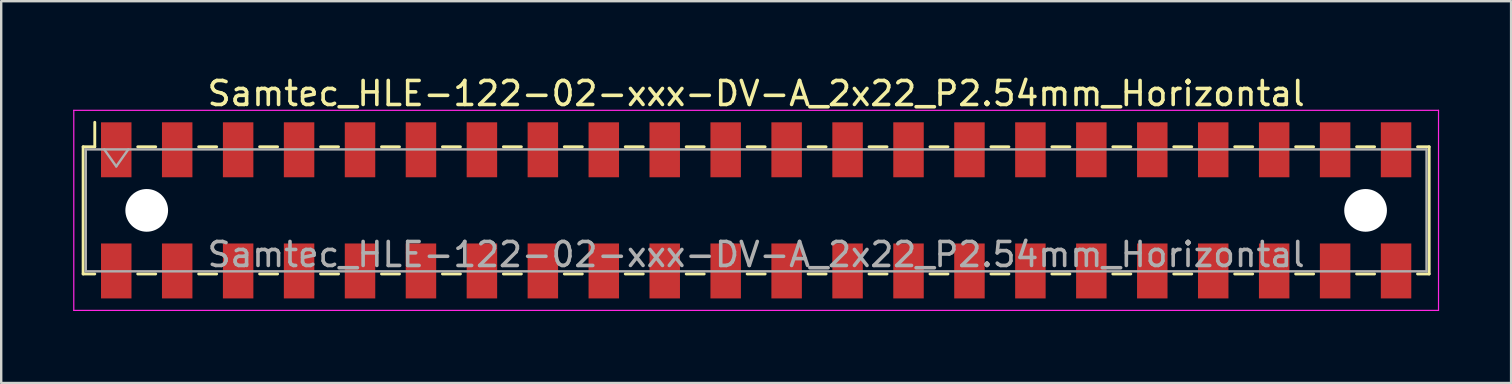
<source format=kicad_pcb>
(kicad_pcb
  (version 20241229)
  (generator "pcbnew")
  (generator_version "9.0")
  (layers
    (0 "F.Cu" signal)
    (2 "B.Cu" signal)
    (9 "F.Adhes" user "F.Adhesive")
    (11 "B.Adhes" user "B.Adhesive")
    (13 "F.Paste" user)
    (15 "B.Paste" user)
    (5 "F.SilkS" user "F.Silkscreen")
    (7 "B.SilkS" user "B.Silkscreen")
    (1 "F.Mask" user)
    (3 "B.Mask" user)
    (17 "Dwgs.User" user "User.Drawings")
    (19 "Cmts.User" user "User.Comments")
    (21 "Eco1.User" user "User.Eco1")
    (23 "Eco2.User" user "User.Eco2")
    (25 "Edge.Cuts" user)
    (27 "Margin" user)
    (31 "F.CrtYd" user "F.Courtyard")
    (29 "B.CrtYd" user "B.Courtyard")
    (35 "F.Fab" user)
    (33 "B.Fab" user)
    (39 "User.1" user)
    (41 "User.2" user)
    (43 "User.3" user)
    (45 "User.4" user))
  (footprint "Samtec_HLE-122-02-xxx-DV-A_2x22_P2.54mm_Horizontal"
    (layer "F.Cu")
    (at 28.465 5.718)
    (property "Reference" "Samtec_HLE-122-02-xxx-DV-A_2x22_P2.54mm_Horizontal" (at 0 -4.87 0) (layer "F.SilkS") (effects (font (size 1 1) (thickness 0.15))))
    (attr smd)
    (fp_line (start -28.05 -2.65) (end -28.05 2.65) (stroke (width 0.12) (type solid)) (layer "F.SilkS"))
    (fp_line (start -28.05 2.65) (end -27.565 2.65) (stroke (width 0.12) (type solid)) (layer "F.SilkS"))
    (fp_line (start -27.565 -3.67) (end -27.565 -2.65) (stroke (width 0.12) (type solid)) (layer "F.SilkS"))
    (fp_line (start -27.565 -2.65) (end -28.05 -2.65) (stroke (width 0.12) (type solid)) (layer "F.SilkS"))
    (fp_line (start -25.775 -2.65) (end -25.025 -2.65) (stroke (width 0.12) (type solid)) (layer "F.SilkS"))
    (fp_line (start -25.775 2.65) (end -25.025 2.65) (stroke (width 0.12) (type solid)) (layer "F.SilkS"))
    (fp_line (start -23.235 -2.65) (end -22.485 -2.65) (stroke (width 0.12) (type solid)) (layer "F.SilkS"))
    (fp_line (start -23.235 2.65) (end -22.485 2.65) (stroke (width 0.12) (type solid)) (layer "F.SilkS"))
    (fp_line (start -20.695 -2.65) (end -19.945 -2.65) (stroke (width 0.12) (type solid)) (layer "F.SilkS"))
    (fp_line (start -20.695 2.65) (end -19.945 2.65) (stroke (width 0.12) (type solid)) (layer "F.SilkS"))
    (fp_line (start -18.155 -2.65) (end -17.405 -2.65) (stroke (width 0.12) (type solid)) (layer "F.SilkS"))
    (fp_line (start -18.155 2.65) (end -17.405 2.65) (stroke (width 0.12) (type solid)) (layer "F.SilkS"))
    (fp_line (start -15.615 -2.65) (end -14.865 -2.65) (stroke (width 0.12) (type solid)) (layer "F.SilkS"))
    (fp_line (start -15.615 2.65) (end -14.865 2.65) (stroke (width 0.12) (type solid)) (layer "F.SilkS"))
    (fp_line (start -13.075 -2.65) (end -12.325 -2.65) (stroke (width 0.12) (type solid)) (layer "F.SilkS"))
    (fp_line (start -13.075 2.65) (end -12.325 2.65) (stroke (width 0.12) (type solid)) (layer "F.SilkS"))
    (fp_line (start -10.535 -2.65) (end -9.785 -2.65) (stroke (width 0.12) (type solid)) (layer "F.SilkS"))
    (fp_line (start -10.535 2.65) (end -9.785 2.65) (stroke (width 0.12) (type solid)) (layer "F.SilkS"))
    (fp_line (start -7.995 -2.65) (end -7.245 -2.65) (stroke (width 0.12) (type solid)) (layer "F.SilkS"))
    (fp_line (start -7.995 2.65) (end -7.245 2.65) (stroke (width 0.12) (type solid)) (layer "F.SilkS"))
    (fp_line (start -5.455 -2.65) (end -4.705 -2.65) (stroke (width 0.12) (type solid)) (layer "F.SilkS"))
    (fp_line (start -5.455 2.65) (end -4.705 2.65) (stroke (width 0.12) (type solid)) (layer "F.SilkS"))
    (fp_line (start -2.915 -2.65) (end -2.165 -2.65) (stroke (width 0.12) (type solid)) (layer "F.SilkS"))
    (fp_line (start -2.915 2.65) (end -2.165 2.65) (stroke (width 0.12) (type solid)) (layer "F.SilkS"))
    (fp_line (start -0.375 -2.65) (end 0.375 -2.65) (stroke (width 0.12) (type solid)) (layer "F.SilkS"))
    (fp_line (start -0.375 2.65) (end 0.375 2.65) (stroke (width 0.12) (type solid)) (layer "F.SilkS"))
    (fp_line (start 2.165 -2.65) (end 2.915 -2.65) (stroke (width 0.12) (type solid)) (layer "F.SilkS"))
    (fp_line (start 2.165 2.65) (end 2.915 2.65) (stroke (width 0.12) (type solid)) (layer "F.SilkS"))
    (fp_line (start 4.705 -2.65) (end 5.455 -2.65) (stroke (width 0.12) (type solid)) (layer "F.SilkS"))
    (fp_line (start 4.705 2.65) (end 5.455 2.65) (stroke (width 0.12) (type solid)) (layer "F.SilkS"))
    (fp_line (start 7.245 -2.65) (end 7.995 -2.65) (stroke (width 0.12) (type solid)) (layer "F.SilkS"))
    (fp_line (start 7.245 2.65) (end 7.995 2.65) (stroke (width 0.12) (type solid)) (layer "F.SilkS"))
    (fp_line (start 9.785 -2.65) (end 10.535 -2.65) (stroke (width 0.12) (type solid)) (layer "F.SilkS"))
    (fp_line (start 9.785 2.65) (end 10.535 2.65) (stroke (width 0.12) (type solid)) (layer "F.SilkS"))
    (fp_line (start 12.325 -2.65) (end 13.075 -2.65) (stroke (width 0.12) (type solid)) (layer "F.SilkS"))
    (fp_line (start 12.325 2.65) (end 13.075 2.65) (stroke (width 0.12) (type solid)) (layer "F.SilkS"))
    (fp_line (start 14.865 -2.65) (end 15.615 -2.65) (stroke (width 0.12) (type solid)) (layer "F.SilkS"))
    (fp_line (start 14.865 2.65) (end 15.615 2.65) (stroke (width 0.12) (type solid)) (layer "F.SilkS"))
    (fp_line (start 17.405 -2.65) (end 18.155 -2.65) (stroke (width 0.12) (type solid)) (layer "F.SilkS"))
    (fp_line (start 17.405 2.65) (end 18.155 2.65) (stroke (width 0.12) (type solid)) (layer "F.SilkS"))
    (fp_line (start 19.945 -2.65) (end 20.695 -2.65) (stroke (width 0.12) (type solid)) (layer "F.SilkS"))
    (fp_line (start 19.945 2.65) (end 20.695 2.65) (stroke (width 0.12) (type solid)) (layer "F.SilkS"))
    (fp_line (start 22.485 -2.65) (end 23.235 -2.65) (stroke (width 0.12) (type solid)) (layer "F.SilkS"))
    (fp_line (start 22.485 2.65) (end 23.235 2.65) (stroke (width 0.12) (type solid)) (layer "F.SilkS"))
    (fp_line (start 25.025 -2.65) (end 25.775 -2.65) (stroke (width 0.12) (type solid)) (layer "F.SilkS"))
    (fp_line (start 25.025 2.65) (end 25.775 2.65) (stroke (width 0.12) (type solid)) (layer "F.SilkS"))
    (fp_line (start 27.565 -2.65) (end 28.05 -2.65) (stroke (width 0.12) (type solid)) (layer "F.SilkS"))
    (fp_line (start 28.05 -2.65) (end 28.05 2.65) (stroke (width 0.12) (type solid)) (layer "F.SilkS"))
    (fp_line (start 28.05 2.65) (end 27.565 2.65) (stroke (width 0.12) (type solid)) (layer "F.SilkS"))
    (fp_line (start -28.44 -4.17) (end 28.44 -4.17) (stroke (width 0.05) (type solid)) (layer "F.CrtYd"))
    (fp_line (start -28.44 4.17) (end -28.44 -4.17) (stroke (width 0.05) (type solid)) (layer "F.CrtYd"))
    (fp_line (start 28.44 -4.17) (end 28.44 4.17) (stroke (width 0.05) (type solid)) (layer "F.CrtYd"))
    (fp_line (start 28.44 4.17) (end -28.44 4.17) (stroke (width 0.05) (type solid)) (layer "F.CrtYd"))
    (fp_line (start -27.94 -2.54) (end 27.94 -2.54) (stroke (width 0.1) (type solid)) (layer "F.Fab"))
    (fp_line (start -27.94 2.54) (end -27.94 -2.54) (stroke (width 0.1) (type solid)) (layer "F.Fab"))
    (fp_line (start -27.17 -2.54) (end -26.67 -1.833) (stroke (width 0.1) (type solid)) (layer "F.Fab"))
    (fp_line (start -26.67 -1.833) (end -26.17 -2.54) (stroke (width 0.1) (type solid)) (layer "F.Fab"))
    (fp_line (start 27.94 -2.54) (end 27.94 2.54) (stroke (width 0.1) (type solid)) (layer "F.Fab"))
    (fp_line (start 27.94 2.54) (end -27.94 2.54) (stroke (width 0.1) (type solid)) (layer "F.Fab"))
    (fp_text user "${REFERENCE}" (at 0 1.84 0) (layer "F.Fab") (effects (font (size 1 1) (thickness 0.15))))
    (pad "" np_thru_hole circle (at -25.4 0) (size 1.78 1.78) (drill 1.78) (layers "*.Cu" "*.Mask"))
    (pad "" np_thru_hole circle (at 25.4 0) (size 1.78 1.78) (drill 1.78) (layers "*.Cu" "*.Mask"))
    (pad "1" smd rect (at -26.67 -2.525) (size 1.27 2.29) (layers "F.Cu" "F.Mask" "F.Paste"))
    (pad "2" smd rect (at -26.67 2.525) (size 1.27 2.29) (layers "F.Cu" "F.Mask" "F.Paste"))
    (pad "3" smd rect (at -24.13 -2.525) (size 1.27 2.29) (layers "F.Cu" "F.Mask" "F.Paste"))
    (pad "4" smd rect (at -24.13 2.525) (size 1.27 2.29) (layers "F.Cu" "F.Mask" "F.Paste"))
    (pad "5" smd rect (at -21.59 -2.525) (size 1.27 2.29) (layers "F.Cu" "F.Mask" "F.Paste"))
    (pad "6" smd rect (at -21.59 2.525) (size 1.27 2.29) (layers "F.Cu" "F.Mask" "F.Paste"))
    (pad "7" smd rect (at -19.05 -2.525) (size 1.27 2.29) (layers "F.Cu" "F.Mask" "F.Paste"))
    (pad "8" smd rect (at -19.05 2.525) (size 1.27 2.29) (layers "F.Cu" "F.Mask" "F.Paste"))
    (pad "9" smd rect (at -16.51 -2.525) (size 1.27 2.29) (layers "F.Cu" "F.Mask" "F.Paste"))
    (pad "10" smd rect (at -16.51 2.525) (size 1.27 2.29) (layers "F.Cu" "F.Mask" "F.Paste"))
    (pad "11" smd rect (at -13.97 -2.525) (size 1.27 2.29) (layers "F.Cu" "F.Mask" "F.Paste"))
    (pad "12" smd rect (at -13.97 2.525) (size 1.27 2.29) (layers "F.Cu" "F.Mask" "F.Paste"))
    (pad "13" smd rect (at -11.43 -2.525) (size 1.27 2.29) (layers "F.Cu" "F.Mask" "F.Paste"))
    (pad "14" smd rect (at -11.43 2.525) (size 1.27 2.29) (layers "F.Cu" "F.Mask" "F.Paste"))
    (pad "15" smd rect (at -8.89 -2.525) (size 1.27 2.29) (layers "F.Cu" "F.Mask" "F.Paste"))
    (pad "16" smd rect (at -8.89 2.525) (size 1.27 2.29) (layers "F.Cu" "F.Mask" "F.Paste"))
    (pad "17" smd rect (at -6.35 -2.525) (size 1.27 2.29) (layers "F.Cu" "F.Mask" "F.Paste"))
    (pad "18" smd rect (at -6.35 2.525) (size 1.27 2.29) (layers "F.Cu" "F.Mask" "F.Paste"))
    (pad "19" smd rect (at -3.81 -2.525) (size 1.27 2.29) (layers "F.Cu" "F.Mask" "F.Paste"))
    (pad "20" smd rect (at -3.81 2.525) (size 1.27 2.29) (layers "F.Cu" "F.Mask" "F.Paste"))
    (pad "21" smd rect (at -1.27 -2.525) (size 1.27 2.29) (layers "F.Cu" "F.Mask" "F.Paste"))
    (pad "22" smd rect (at -1.27 2.525) (size 1.27 2.29) (layers "F.Cu" "F.Mask" "F.Paste"))
    (pad "23" smd rect (at 1.27 -2.525) (size 1.27 2.29) (layers "F.Cu" "F.Mask" "F.Paste"))
    (pad "24" smd rect (at 1.27 2.525) (size 1.27 2.29) (layers "F.Cu" "F.Mask" "F.Paste"))
    (pad "25" smd rect (at 3.81 -2.525) (size 1.27 2.29) (layers "F.Cu" "F.Mask" "F.Paste"))
    (pad "26" smd rect (at 3.81 2.525) (size 1.27 2.29) (layers "F.Cu" "F.Mask" "F.Paste"))
    (pad "27" smd rect (at 6.35 -2.525) (size 1.27 2.29) (layers "F.Cu" "F.Mask" "F.Paste"))
    (pad "28" smd rect (at 6.35 2.525) (size 1.27 2.29) (layers "F.Cu" "F.Mask" "F.Paste"))
    (pad "29" smd rect (at 8.89 -2.525) (size 1.27 2.29) (layers "F.Cu" "F.Mask" "F.Paste"))
    (pad "30" smd rect (at 8.89 2.525) (size 1.27 2.29) (layers "F.Cu" "F.Mask" "F.Paste"))
    (pad "31" smd rect (at 11.43 -2.525) (size 1.27 2.29) (layers "F.Cu" "F.Mask" "F.Paste"))
    (pad "32" smd rect (at 11.43 2.525) (size 1.27 2.29) (layers "F.Cu" "F.Mask" "F.Paste"))
    (pad "33" smd rect (at 13.97 -2.525) (size 1.27 2.29) (layers "F.Cu" "F.Mask" "F.Paste"))
    (pad "34" smd rect (at 13.97 2.525) (size 1.27 2.29) (layers "F.Cu" "F.Mask" "F.Paste"))
    (pad "35" smd rect (at 16.51 -2.525) (size 1.27 2.29) (layers "F.Cu" "F.Mask" "F.Paste"))
    (pad "36" smd rect (at 16.51 2.525) (size 1.27 2.29) (layers "F.Cu" "F.Mask" "F.Paste"))
    (pad "37" smd rect (at 19.05 -2.525) (size 1.27 2.29) (layers "F.Cu" "F.Mask" "F.Paste"))
    (pad "38" smd rect (at 19.05 2.525) (size 1.27 2.29) (layers "F.Cu" "F.Mask" "F.Paste"))
    (pad "39" smd rect (at 21.59 -2.525) (size 1.27 2.29) (layers "F.Cu" "F.Mask" "F.Paste"))
    (pad "40" smd rect (at 21.59 2.525) (size 1.27 2.29) (layers "F.Cu" "F.Mask" "F.Paste"))
    (pad "41" smd rect (at 24.13 -2.525) (size 1.27 2.29) (layers "F.Cu" "F.Mask" "F.Paste"))
    (pad "42" smd rect (at 24.13 2.525) (size 1.27 2.29) (layers "F.Cu" "F.Mask" "F.Paste"))
    (pad "43" smd rect (at 26.67 -2.525) (size 1.27 2.29) (layers "F.Cu" "F.Mask" "F.Paste"))
    (pad "44" smd rect (at 26.67 2.525) (size 1.27 2.29) (layers "F.Cu" "F.Mask" "F.Paste")))
  (gr_rect
    (start -3 -3)
    (end 59.93 12.913)
    (stroke (width 0.1) (type default))
    (fill no)
    (layer "Edge.Cuts")))
</source>
